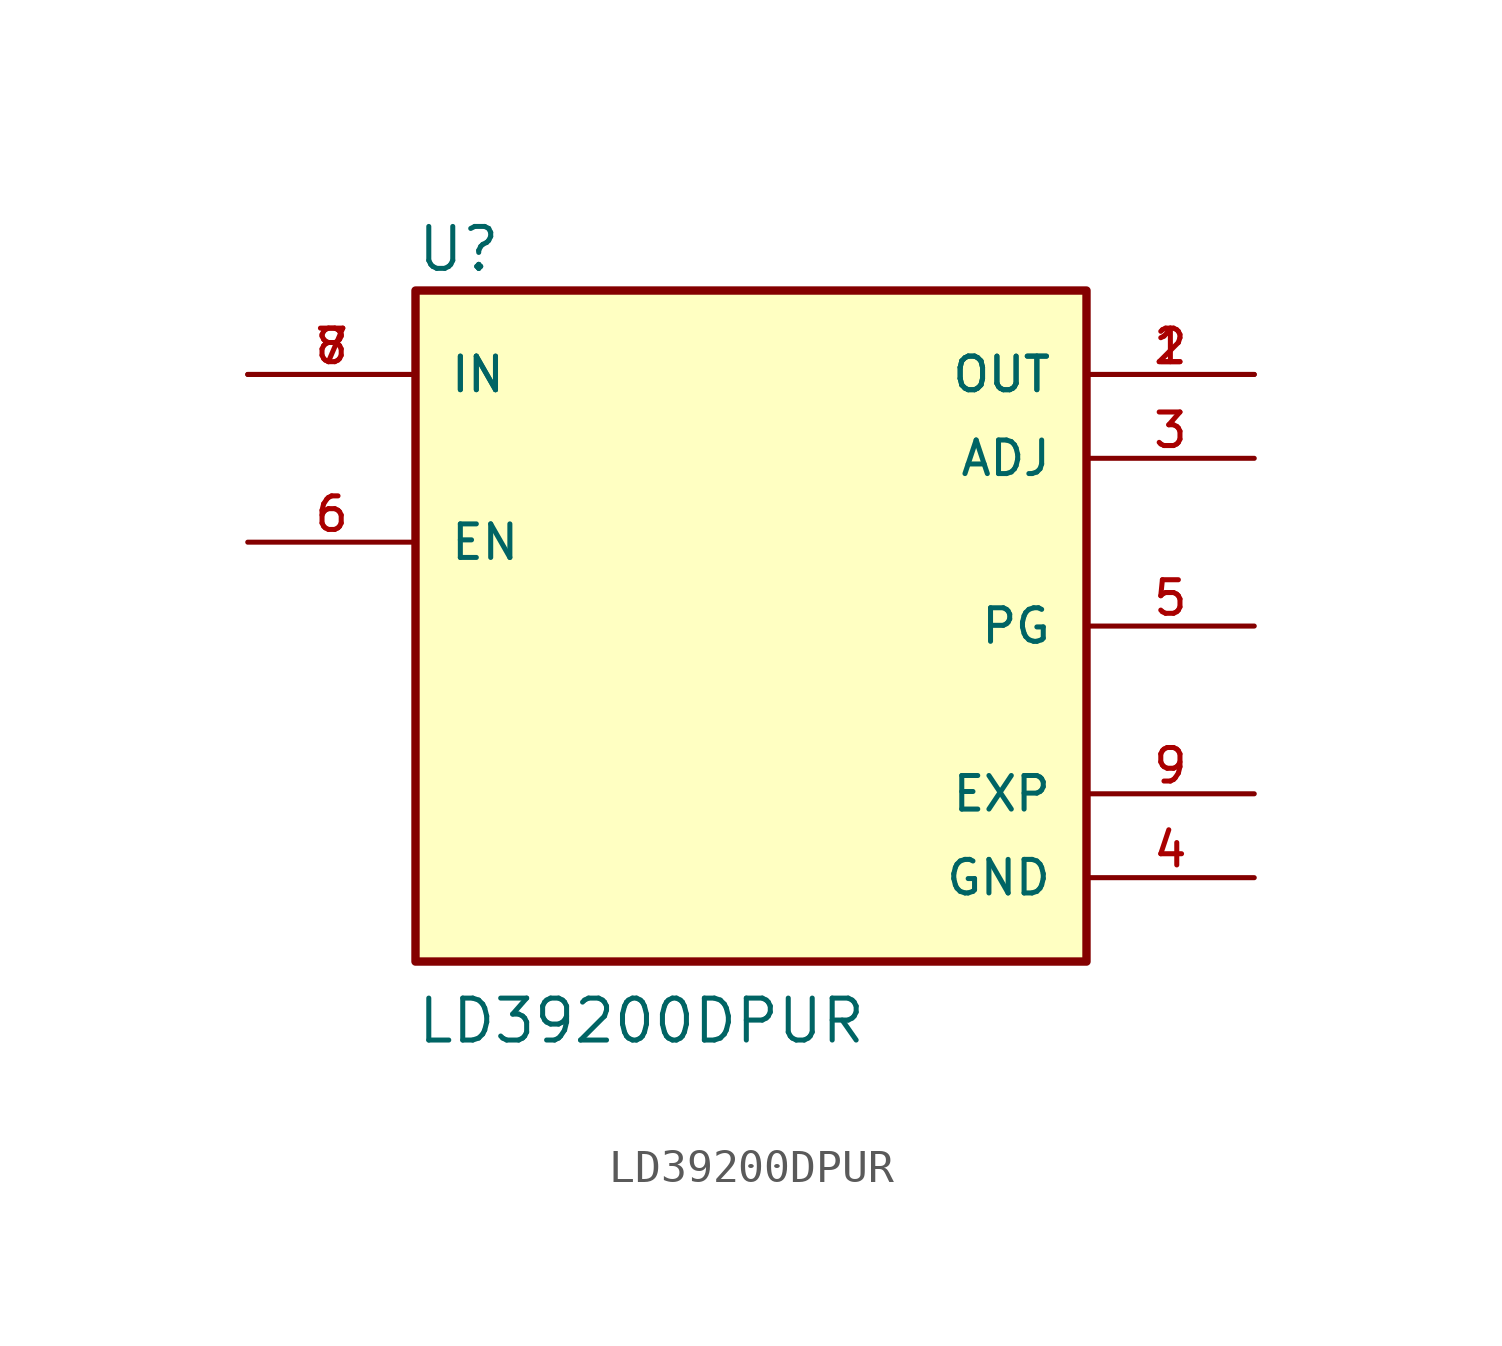
<source format=kicad_sym>
(kicad_symbol_lib
  (version 20211014)
  (generator kicad_symbol_editor)
  (symbol "LD39200DPUR"
    (pin_names
      (offset 1.016))
    (property "Reference" "U"
      (at -10.16 10.668 0)
      (effects (font (size 1.27 1.27)) (justify bottom left)))
    (property "Value" "LD39200DPUR"
      (at -10.16 -12.7 0)
      (effects (font (size 1.27 1.27)) (justify bottom left)))
    (symbol "LD39200DPUR_0_0"
      (rectangle (start -10.16 -10.16) (end 10.16 10.16) (stroke (width 0.254)) (fill (type background)))
      (pin output line (at 15.24 7.62 180.0) (length 5.08) (name "OUT" (effects (font (size 1.016 1.016)))) (number "1" (effects (font (size 1.016 1.016)))))
      (pin output line (at 15.24 7.62 180.0) (length 5.08) (name "OUT" (effects (font (size 1.016 1.016)))) (number "2" (effects (font (size 1.016 1.016)))))
      (pin input line (at 15.24 5.08 180.0) (length 5.08) (name "ADJ" (effects (font (size 1.016 1.016)))) (number "3" (effects (font (size 1.016 1.016)))))
      (pin power_in line (at 15.24 -7.62 180.0) (length 5.08) (name "GND" (effects (font (size 1.016 1.016)))) (number "4" (effects (font (size 1.016 1.016)))))
      (pin output line (at 15.24 0.0 180.0) (length 5.08) (name "PG" (effects (font (size 1.016 1.016)))) (number "5" (effects (font (size 1.016 1.016)))))
      (pin input line (at -15.24 2.54 0) (length 5.08) (name "EN" (effects (font (size 1.016 1.016)))) (number "6" (effects (font (size 1.016 1.016)))))
      (pin input line (at -15.24 7.62 0) (length 5.08) (name "IN" (effects (font (size 1.016 1.016)))) (number "7" (effects (font (size 1.016 1.016)))))
      (pin input line (at -15.24 7.62 0) (length 5.08) (name "IN" (effects (font (size 1.016 1.016)))) (number "8" (effects (font (size 1.016 1.016)))))
      (pin power_in line (at 15.24 -5.08 180.0) (length 5.08) (name "EXP" (effects (font (size 1.016 1.016)))) (number "9" (effects (font (size 1.016 1.016))))))))
</source>
